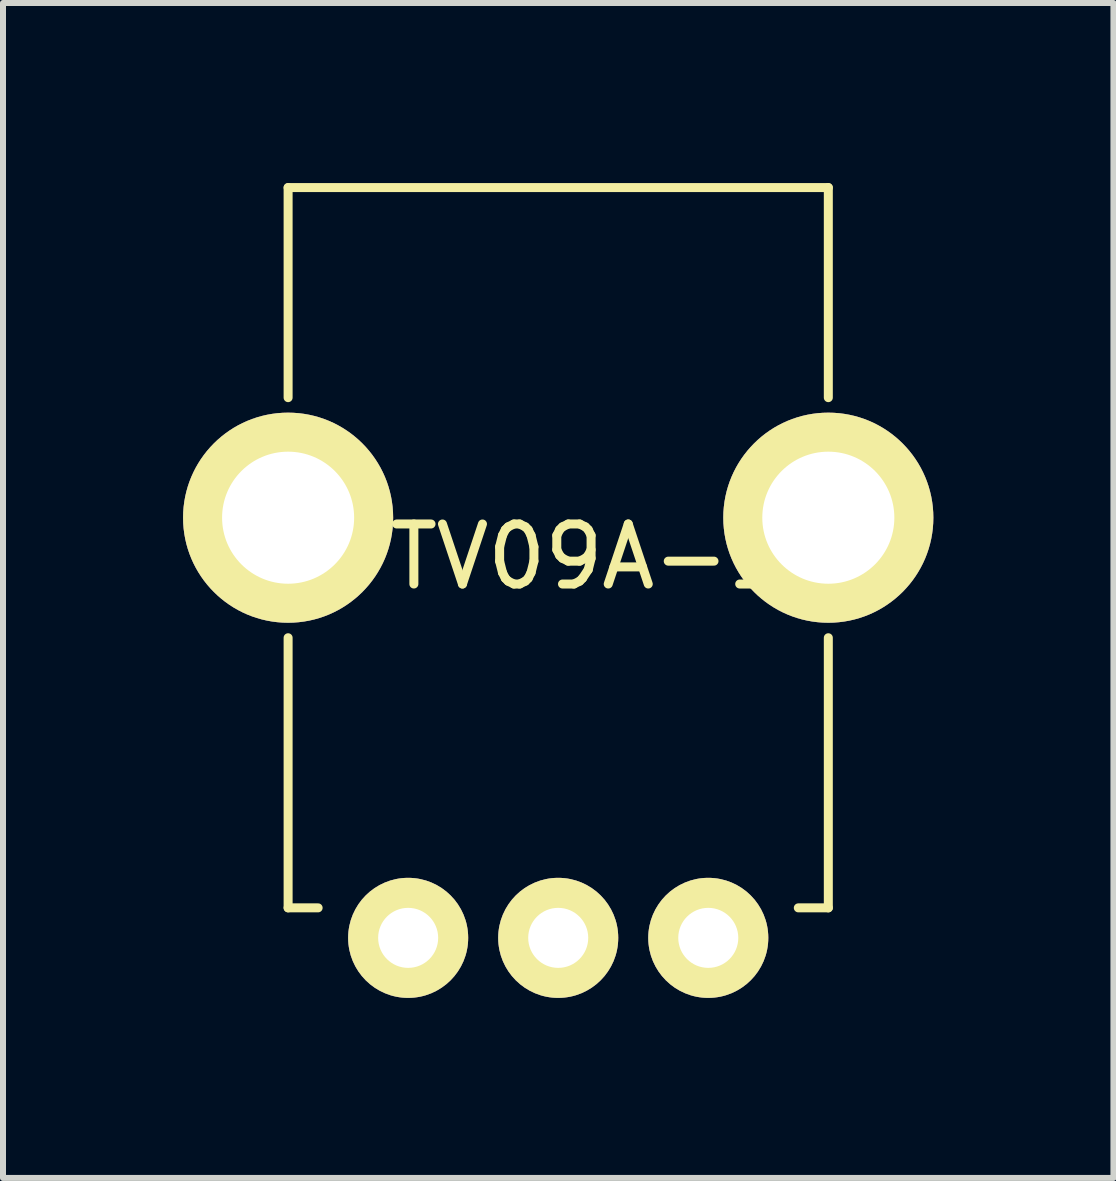
<source format=kicad_pcb>
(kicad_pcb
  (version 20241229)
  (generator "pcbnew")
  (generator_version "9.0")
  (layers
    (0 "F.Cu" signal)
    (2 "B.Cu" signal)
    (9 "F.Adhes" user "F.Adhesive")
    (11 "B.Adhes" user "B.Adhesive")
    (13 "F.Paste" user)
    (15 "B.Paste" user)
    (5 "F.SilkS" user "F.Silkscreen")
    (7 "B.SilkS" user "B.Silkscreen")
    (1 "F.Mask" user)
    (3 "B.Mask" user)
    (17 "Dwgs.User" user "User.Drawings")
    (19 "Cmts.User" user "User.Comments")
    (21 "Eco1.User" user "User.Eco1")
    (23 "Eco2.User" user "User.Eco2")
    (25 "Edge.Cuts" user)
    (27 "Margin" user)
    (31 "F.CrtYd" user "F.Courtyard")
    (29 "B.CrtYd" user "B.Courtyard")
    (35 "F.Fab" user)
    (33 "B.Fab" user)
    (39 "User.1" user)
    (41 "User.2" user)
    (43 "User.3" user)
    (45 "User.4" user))
  (footprint "PTV09A-1"
    (layer "F.Cu")
    (at 6.25 12.575)
    (property "Reference" "PTV09A-1" (at 0 -6.35 0) (layer "F.SilkS") (effects (font (size 1 1) (thickness 0.15))))
    (attr through_hole)
    (fp_line (start -4.5 -12.5) (end 4.5 -12.5) (stroke (width 0.15) (type solid)) (layer "F.SilkS"))
    (fp_line (start -4.5 -9) (end -4.5 -12.5) (stroke (width 0.15) (type solid)) (layer "F.SilkS"))
    (fp_line (start -4.5 -5) (end -4.5 -0.5) (stroke (width 0.15) (type solid)) (layer "F.SilkS"))
    (fp_line (start -4.5 -0.5) (end -4 -0.5) (stroke (width 0.15) (type solid)) (layer "F.SilkS"))
    (fp_line (start 4.5 -12.5) (end 4.5 -9) (stroke (width 0.15) (type solid)) (layer "F.SilkS"))
    (fp_line (start 4.5 -5) (end 4.5 -0.5) (stroke (width 0.15) (type solid)) (layer "F.SilkS"))
    (fp_line (start 4.5 -0.5) (end 4 -0.5) (stroke (width 0.15) (type solid)) (layer "F.SilkS"))
    (pad "1" thru_hole circle (at -2.5 0) (size 2 2) (drill 1) (layers "*.Cu" "*.Mask" "F.SilkS"))
    (pad "2" thru_hole circle (at 0 0) (size 2 2) (drill 1) (layers "*.Cu" "*.Mask" "F.SilkS"))
    (pad "3" thru_hole circle (at 2.5 0) (size 2 2) (drill 1) (layers "*.Cu" "*.Mask" "F.SilkS"))
    (pad "4" thru_hole circle (at -4.5 -7) (size 3.5 3.5) (drill 2.2) (layers "*.Cu" "*.Mask" "F.SilkS"))
    (pad "4" thru_hole circle (at 4.5 -7) (size 3.5 3.5) (drill 2.2) (layers "*.Cu" "*.Mask" "F.SilkS")))
  (gr_rect
    (start -3 -3)
    (end 15.5 16.575)
    (stroke (width 0.1) (type default))
    (fill no)
    (layer "Edge.Cuts")))
</source>
